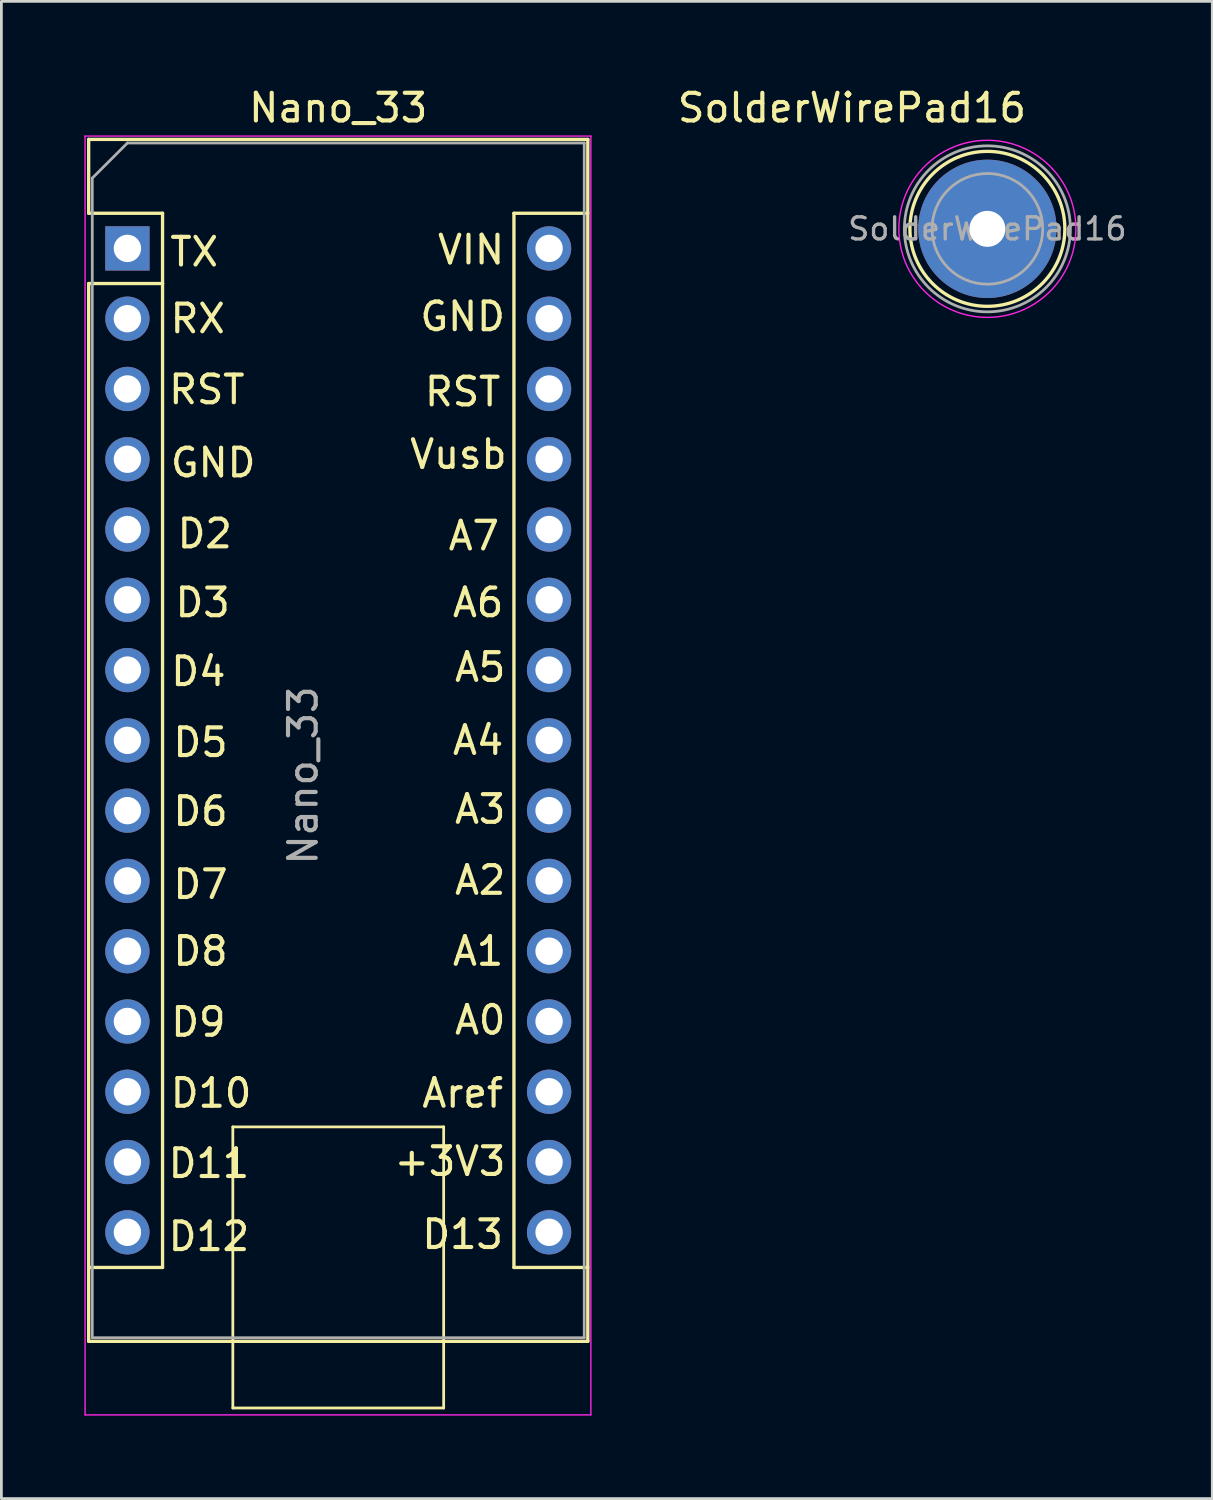
<source format=kicad_pcb>
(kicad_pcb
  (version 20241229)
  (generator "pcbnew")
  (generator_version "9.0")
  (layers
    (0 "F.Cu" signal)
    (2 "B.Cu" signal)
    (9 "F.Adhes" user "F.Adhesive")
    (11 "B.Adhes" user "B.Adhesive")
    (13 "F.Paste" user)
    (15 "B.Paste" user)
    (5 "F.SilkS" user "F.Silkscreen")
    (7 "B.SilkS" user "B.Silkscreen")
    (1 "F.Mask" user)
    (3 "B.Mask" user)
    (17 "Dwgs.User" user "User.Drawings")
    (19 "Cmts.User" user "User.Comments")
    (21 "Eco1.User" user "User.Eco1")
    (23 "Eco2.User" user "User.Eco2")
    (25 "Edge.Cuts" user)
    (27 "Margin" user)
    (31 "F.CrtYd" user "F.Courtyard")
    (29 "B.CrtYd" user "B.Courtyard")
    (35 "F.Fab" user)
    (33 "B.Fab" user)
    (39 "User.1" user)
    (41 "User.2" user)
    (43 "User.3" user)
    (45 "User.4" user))
  (footprint "Nano_33"
    (layer "F.Cu")
    (at 1.555 5.928)
    (property "Reference" "Nano_33" (at 7.62 -5.08 0) (layer "F.SilkS") (effects (font (size 1 1) (thickness 0.15))))
    (attr through_hole)
    (fp_line (start -1.4 -3.94) (end -1.4 -1.27) (stroke (width 0.12) (type solid)) (layer "F.SilkS"))
    (fp_line (start -1.4 1.27) (end -1.4 39.5) (stroke (width 0.12) (type solid)) (layer "F.SilkS"))
    (fp_line (start -1.4 39.5) (end 16.64 39.5) (stroke (width 0.12) (type solid)) (layer "F.SilkS"))
    (fp_line (start 1.27 -1.27) (end -1.4 -1.27) (stroke (width 0.12) (type solid)) (layer "F.SilkS"))
    (fp_line (start 1.27 1.27) (end -1.4 1.27) (stroke (width 0.12) (type solid)) (layer "F.SilkS"))
    (fp_line (start 1.27 1.27) (end 1.27 -1.27) (stroke (width 0.12) (type solid)) (layer "F.SilkS"))
    (fp_line (start 1.27 1.27) (end 1.27 36.83) (stroke (width 0.12) (type solid)) (layer "F.SilkS"))
    (fp_line (start 1.27 36.83) (end -1.4 36.83) (stroke (width 0.12) (type solid)) (layer "F.SilkS"))
    (fp_line (start 3.81 31.75) (end 11.43 31.75) (stroke (width 0.1) (type solid)) (layer "F.SilkS"))
    (fp_line (start 3.81 41.91) (end 3.81 31.75) (stroke (width 0.1) (type solid)) (layer "F.SilkS"))
    (fp_line (start 11.43 31.75) (end 11.43 41.91) (stroke (width 0.1) (type solid)) (layer "F.SilkS"))
    (fp_line (start 11.43 41.91) (end 3.81 41.91) (stroke (width 0.1) (type solid)) (layer "F.SilkS"))
    (fp_line (start 13.97 -1.27) (end 13.97 36.83) (stroke (width 0.12) (type solid)) (layer "F.SilkS"))
    (fp_line (start 13.97 -1.27) (end 16.64 -1.27) (stroke (width 0.12) (type solid)) (layer "F.SilkS"))
    (fp_line (start 13.97 36.83) (end 16.64 36.83) (stroke (width 0.12) (type solid)) (layer "F.SilkS"))
    (fp_line (start 16.64 -3.94) (end -1.4 -3.94) (stroke (width 0.12) (type solid)) (layer "F.SilkS"))
    (fp_line (start 16.64 39.5) (end 16.64 -3.94) (stroke (width 0.12) (type solid)) (layer "F.SilkS"))
    (fp_line (start -1.53 -4.06) (end -1.53 42.16) (stroke (width 0.05) (type solid)) (layer "F.CrtYd"))
    (fp_line (start -1.53 -4.06) (end 16.75 -4.06) (stroke (width 0.05) (type solid)) (layer "F.CrtYd"))
    (fp_line (start 16.75 42.16) (end -1.53 42.16) (stroke (width 0.05) (type solid)) (layer "F.CrtYd"))
    (fp_line (start 16.75 42.16) (end 16.75 -4.06) (stroke (width 0.05) (type solid)) (layer "F.CrtYd"))
    (fp_line (start -1.27 -2.54) (end 0 -3.81) (stroke (width 0.1) (type solid)) (layer "F.Fab"))
    (fp_line (start -1.27 39.37) (end -1.27 -2.54) (stroke (width 0.1) (type solid)) (layer "F.Fab"))
    (fp_line (start 0 -3.81) (end 16.51 -3.81) (stroke (width 0.1) (type solid)) (layer "F.Fab"))
    (fp_line (start 16.51 -3.81) (end 16.51 39.37) (stroke (width 0.1) (type solid)) (layer "F.Fab"))
    (fp_line (start 16.51 39.37) (end -1.27 39.37) (stroke (width 0.1) (type solid)) (layer "F.Fab"))
    (fp_text user "D10" (at 3.023 30.531 0) (layer "F.SilkS") (effects (font (size 1 1) (thickness 0.15))))
    (fp_text user "D5" (at 2.642 17.856 0) (layer "F.SilkS") (effects (font (size 1 1) (thickness 0.15))))
    (fp_text user "Aref" (at 12.116 30.531 0) (layer "F.SilkS") (effects (font (size 1 1) (thickness 0.15))))
    (fp_text user "A7" (at 12.522 10.389 0) (layer "F.SilkS") (effects (font (size 1 1) (thickness 0.15))))
    (fp_text user "A0" (at 12.751 27.889 0) (layer "F.SilkS") (effects (font (size 1 1) (thickness 0.15))))
    (fp_text user "A6" (at 12.675 12.802 0) (layer "F.SilkS") (effects (font (size 1 1) (thickness 0.15))))
    (fp_text user "D8" (at 2.642 25.4 0) (layer "F.SilkS") (effects (font (size 1 1) (thickness 0.15))))
    (fp_text user "D2" (at 2.794 10.312 0) (layer "F.SilkS") (effects (font (size 1 1) (thickness 0.15))))
    (fp_text user "D6" (at 2.642 20.345 0) (layer "F.SilkS") (effects (font (size 1 1) (thickness 0.15))))
    (fp_text user "D12" (at 2.946 35.712 0) (layer "F.SilkS") (effects (font (size 1 1) (thickness 0.15))))
    (fp_text user "A4" (at 12.675 17.78 0) (layer "F.SilkS") (effects (font (size 1 1) (thickness 0.15))))
    (fp_text user "A2" (at 12.751 22.835 0) (layer "F.SilkS") (effects (font (size 1 1) (thickness 0.15))))
    (fp_text user "RST" (at 12.116 5.182 0) (layer "F.SilkS") (effects (font (size 1 1) (thickness 0.15))))
    (fp_text user "+3V3" (at 11.659 32.995 0) (layer "F.SilkS") (effects (font (size 1 1) (thickness 0.15))))
    (fp_text user "GND" (at 12.116 2.464 0) (layer "F.SilkS") (effects (font (size 1 1) (thickness 0.15))))
    (fp_text user "D3" (at 2.718 12.802 0) (layer "F.SilkS") (effects (font (size 1 1) (thickness 0.15))))
    (fp_text user "D4" (at 2.565 15.291 0) (layer "F.SilkS") (effects (font (size 1 1) (thickness 0.15))))
    (fp_text user "D7" (at 2.642 22.987 0) (layer "F.SilkS") (effects (font (size 1 1) (thickness 0.15))))
    (fp_text user "A1" (at 12.675 25.4 0) (layer "F.SilkS") (effects (font (size 1 1) (thickness 0.15))))
    (fp_text user "D11" (at 2.946 33.071 0) (layer "F.SilkS") (effects (font (size 1 1) (thickness 0.15))))
    (fp_text user "RST" (at 2.87 5.105 0) (layer "F.SilkS") (effects (font (size 1 1) (thickness 0.15))))
    (fp_text user "A5" (at 12.751 15.138 0) (layer "F.SilkS") (effects (font (size 1 1) (thickness 0.15))))
    (fp_text user "Vusb" (at 11.963 7.442 0) (layer "F.SilkS") (effects (font (size 1 1) (thickness 0.15))))
    (fp_text user "TX" (at 2.413 0.127 0) (layer "F.SilkS") (effects (font (size 1 1) (thickness 0.15))))
    (fp_text user "D9" (at 2.565 27.965 0) (layer "F.SilkS") (effects (font (size 1 1) (thickness 0.15))))
    (fp_text user "RX" (at 2.54 2.54 0) (layer "F.SilkS") (effects (font (size 1 1) (thickness 0.15))))
    (fp_text user "A3" (at 12.751 20.269 0) (layer "F.SilkS") (effects (font (size 1 1) (thickness 0.15))))
    (fp_text user "D13" (at 12.116 35.636 0) (layer "F.SilkS") (effects (font (size 1 1) (thickness 0.15))))
    (fp_text user "VIN" (at 12.421 0.051 0) (layer "F.SilkS") (effects (font (size 1 1) (thickness 0.15))))
    (fp_text user "GND" (at 3.099 7.747 0) (layer "F.SilkS") (effects (font (size 1 1) (thickness 0.15))))
    (fp_text user "${REFERENCE}" (at 6.35 19.05 90) (layer "F.Fab") (effects (font (size 1 1) (thickness 0.15))))
    (pad "1" thru_hole oval (at 15.24 35.56) (size 1.6 1.6) (drill 0.991) (layers "*.Cu" "*.Mask"))
    (pad "2" thru_hole oval (at 15.24 33.02) (size 1.6 1.6) (drill 0.991) (layers "*.Cu" "*.Mask"))
    (pad "3" thru_hole oval (at 15.24 30.48) (size 1.6 1.6) (drill 0.991) (layers "*.Cu" "*.Mask"))
    (pad "4" thru_hole oval (at 15.24 27.94) (size 1.6 1.6) (drill 0.991) (layers "*.Cu" "*.Mask"))
    (pad "5" thru_hole oval (at 15.24 25.4) (size 1.6 1.6) (drill 0.991) (layers "*.Cu" "*.Mask"))
    (pad "6" thru_hole oval (at 15.24 22.86) (size 1.6 1.6) (drill 0.991) (layers "*.Cu" "*.Mask"))
    (pad "7" thru_hole oval (at 15.24 20.32) (size 1.6 1.6) (drill 0.991) (layers "*.Cu" "*.Mask"))
    (pad "8" thru_hole oval (at 15.24 17.78) (size 1.6 1.6) (drill 0.991) (layers "*.Cu" "*.Mask"))
    (pad "9" thru_hole oval (at 15.24 15.24) (size 1.6 1.6) (drill 0.991) (layers "*.Cu" "*.Mask"))
    (pad "10" thru_hole oval (at 15.24 12.7) (size 1.6 1.6) (drill 0.991) (layers "*.Cu" "*.Mask"))
    (pad "11" thru_hole oval (at 15.24 10.16) (size 1.6 1.6) (drill 0.991) (layers "*.Cu" "*.Mask"))
    (pad "12" thru_hole oval (at 15.24 7.62) (size 1.6 1.6) (drill 0.991) (layers "*.Cu" "*.Mask"))
    (pad "13" thru_hole oval (at 15.24 5.08) (size 1.6 1.6) (drill 0.991) (layers "*.Cu" "*.Mask"))
    (pad "14" thru_hole oval (at 15.24 2.54) (size 1.6 1.6) (drill 0.991) (layers "*.Cu" "*.Mask"))
    (pad "15" thru_hole oval (at 15.24 0) (size 1.6 1.6) (drill 0.991) (layers "*.Cu" "*.Mask"))
    (pad "16" thru_hole rect (at 0 0) (size 1.6 1.6) (drill 0.991) (layers "*.Cu" "*.Mask"))
    (pad "17" thru_hole oval (at 0 2.54) (size 1.6 1.6) (drill 0.991) (layers "*.Cu" "*.Mask"))
    (pad "18" thru_hole oval (at 0 5.08) (size 1.6 1.6) (drill 0.991) (layers "*.Cu" "*.Mask"))
    (pad "19" thru_hole oval (at 0 7.62) (size 1.6 1.6) (drill 0.991) (layers "*.Cu" "*.Mask"))
    (pad "20" thru_hole oval (at 0 10.16) (size 1.6 1.6) (drill 0.991) (layers "*.Cu" "*.Mask"))
    (pad "21" thru_hole oval (at 0 12.7) (size 1.6 1.6) (drill 0.991) (layers "*.Cu" "*.Mask"))
    (pad "22" thru_hole oval (at 0 15.24) (size 1.6 1.6) (drill 0.991) (layers "*.Cu" "*.Mask"))
    (pad "23" thru_hole oval (at 0 17.78) (size 1.6 1.6) (drill 0.991) (layers "*.Cu" "*.Mask"))
    (pad "24" thru_hole oval (at 0 20.32) (size 1.6 1.6) (drill 0.991) (layers "*.Cu" "*.Mask"))
    (pad "25" thru_hole oval (at 0 22.86) (size 1.6 1.6) (drill 0.991) (layers "*.Cu" "*.Mask"))
    (pad "26" thru_hole oval (at 0 25.4) (size 1.6 1.6) (drill 0.991) (layers "*.Cu" "*.Mask"))
    (pad "27" thru_hole oval (at 0 27.94) (size 1.6 1.6) (drill 0.991) (layers "*.Cu" "*.Mask"))
    (pad "28" thru_hole oval (at 0 30.48) (size 1.6 1.6) (drill 0.991) (layers "*.Cu" "*.Mask"))
    (pad "29" thru_hole oval (at 0 33.02) (size 1.6 1.6) (drill 0.991) (layers "*.Cu" "*.Mask"))
    (pad "30" thru_hole oval (at 0 35.56) (size 1.6 1.6) (drill 0.991) (layers "*.Cu" "*.Mask")))
  (footprint "SolderWirePad16"
    (layer "F.Cu")
    (at 32.636 5.221)
    (property "Reference" "SolderWirePad16" (at -4.895 -4.372 0) (layer "F.SilkS") (effects (font (size 1 1) (thickness 0.15))))
    (attr through_hole)
    (fp_circle (center 0 0) (end 2.8 0) (stroke (width 0.12) (type solid)) (fill no) (layer "F.SilkS"))
    (fp_circle (center 0 0) (end 3.2 0) (stroke (width 0.05) (type solid)) (fill no) (layer "F.CrtYd"))
    (fp_circle (center 0 0) (end 2 0) (stroke (width 0.1) (type solid)) (fill no) (layer "F.Fab"))
    (fp_circle (center 0 0) (end 3 0) (stroke (width 0.1) (type solid)) (fill no) (layer "F.Fab"))
    (fp_text user "${REFERENCE}" (at 0 0 0) (layer "F.Fab") (effects (font (size 0.8 0.8) (thickness 0.12))))
    (pad "1" thru_hole circle (at 0 0) (size 5 5) (drill 1.3) (layers "*.Cu" "*.Mask")))
  (gr_rect
    (start -3 -3)
    (end 40.765 51.113)
    (stroke (width 0.1) (type default))
    (fill no)
    (layer "Edge.Cuts")))
</source>
